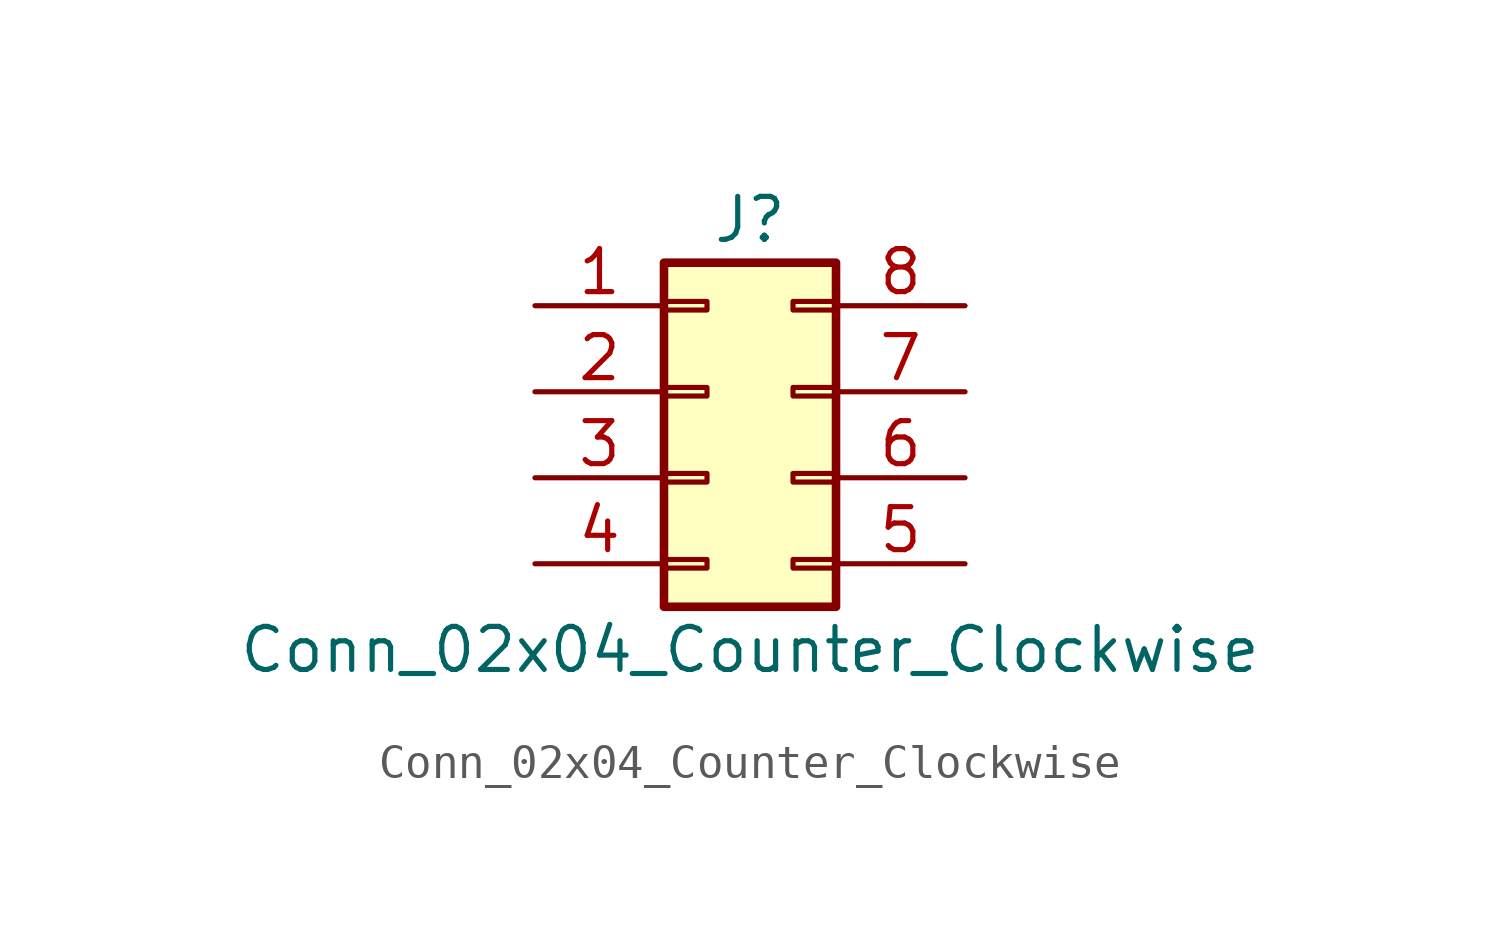
<source format=kicad_sym>
(kicad_symbol_lib
  (version 20220914)
  (generator kicad_symbol_editor)
  (symbol "Conn_02x04_Counter_Clockwise"
    (pin_names
      (offset 1.016) hide)
    (property "Reference" "J"
      (at 1.27 5.08 0)
      (effects (font (size 1.27 1.27))))
    (property "Value" "Conn_02x04_Counter_Clockwise"
      (at 1.27 -7.62 0)
      (effects (font (size 1.27 1.27))))
    (symbol "Conn_02x04_Counter_Clockwise_1_1"
      (rectangle (start -1.27 -4.953) (end 0 -5.207) (stroke (width 0.152) (type default)) (fill (type none)))
      (rectangle (start -1.27 -2.413) (end 0 -2.667) (stroke (width 0.152) (type default)) (fill (type none)))
      (rectangle (start -1.27 0.127) (end 0 -0.127) (stroke (width 0.152) (type default)) (fill (type none)))
      (rectangle (start -1.27 2.667) (end 0 2.413) (stroke (width 0.152) (type default)) (fill (type none)))
      (rectangle (start -1.27 3.81) (end 3.81 -6.35) (stroke (width 0.254) (type default)) (fill (type background)))
      (rectangle (start 3.81 -4.953) (end 2.54 -5.207) (stroke (width 0.152) (type default)) (fill (type none)))
      (rectangle (start 3.81 -2.413) (end 2.54 -2.667) (stroke (width 0.152) (type default)) (fill (type none)))
      (rectangle (start 3.81 0.127) (end 2.54 -0.127) (stroke (width 0.152) (type default)) (fill (type none)))
      (rectangle (start 3.81 2.667) (end 2.54 2.413) (stroke (width 0.152) (type default)) (fill (type none)))
      (pin passive line (at -5.08 2.54 0) (length 3.81) (name "Pin_1" (effects (font (size 1.27 1.27)))) (number "1" (effects (font (size 1.27 1.27)))))
      (pin passive line (at -5.08 0 0) (length 3.81) (name "Pin_2" (effects (font (size 1.27 1.27)))) (number "2" (effects (font (size 1.27 1.27)))))
      (pin passive line (at -5.08 -2.54 0) (length 3.81) (name "Pin_3" (effects (font (size 1.27 1.27)))) (number "3" (effects (font (size 1.27 1.27)))))
      (pin passive line (at -5.08 -5.08 0) (length 3.81) (name "Pin_4" (effects (font (size 1.27 1.27)))) (number "4" (effects (font (size 1.27 1.27)))))
      (pin passive line (at 7.62 -5.08 180) (length 3.81) (name "Pin_5" (effects (font (size 1.27 1.27)))) (number "5" (effects (font (size 1.27 1.27)))))
      (pin passive line (at 7.62 -2.54 180) (length 3.81) (name "Pin_6" (effects (font (size 1.27 1.27)))) (number "6" (effects (font (size 1.27 1.27)))))
      (pin passive line (at 7.62 0 180) (length 3.81) (name "Pin_7" (effects (font (size 1.27 1.27)))) (number "7" (effects (font (size 1.27 1.27)))))
      (pin passive line (at 7.62 2.54 180) (length 3.81) (name "Pin_8" (effects (font (size 1.27 1.27)))) (number "8" (effects (font (size 1.27 1.27))))))))
</source>
